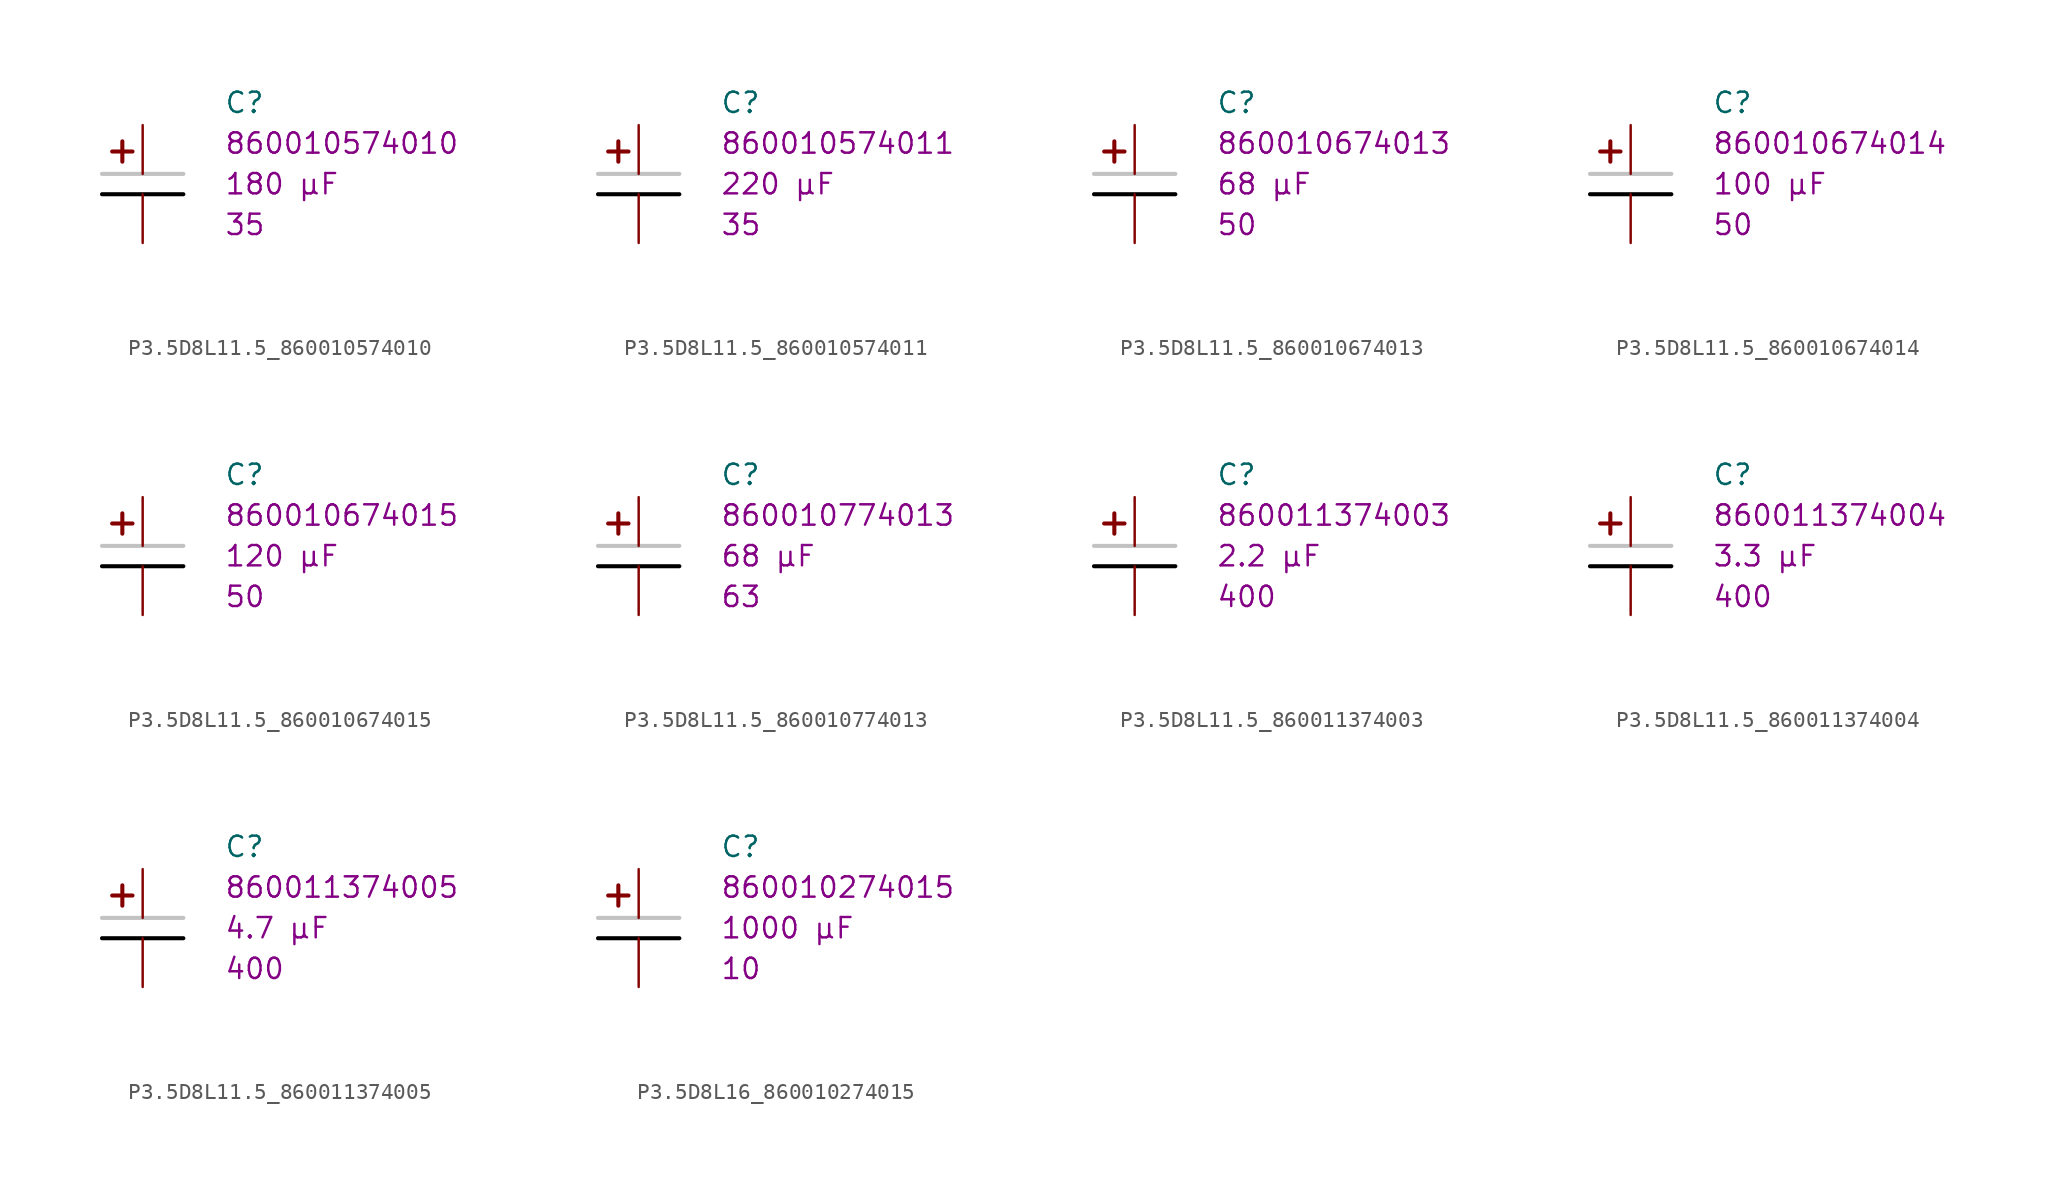
<source format=kicad_sym>
(kicad_symbol_lib
  (version 20220914)
  (generator kicad_symbol_editor)
  (symbol "P3.5D8L11.5_860010574010"
    (pin_numbers hide)
    (pin_names hide)
    (property "Reference" "C"
      (at 5.08 5.08 0)
      (effects (font (size 1.27 1.27)) (justify left)))
    (property "Part Number" "860010574010"
      (at 5.08 2.54 0)
      (effects (font (size 1.27 1.27)) (justify left)))
    (property "Capacitance" "180 µF"
      (at 5.08 0 0)
      (effects (font (size 1.27 1.27)) (justify left)))
    (property "Voltage" "35"
      (at 5.08 -2.54 0)
      (effects (font (size 1.27 1.27)) (justify left)))
    (property "Critical Parameter" ""
      (at 0 -7.62 0)
      (effects (font (size 1.27 1.27))))
    (symbol "P3.5D8L11.5_860010574010_1_1"
      (polyline (pts (xy -1.27 2.667) (xy -1.27 1.397)) (stroke (width 0.254) (type default)) (fill (type none)))
      (polyline (pts (xy -0.635 2.032) (xy -1.905 2.032)) (stroke (width 0.254) (type default)) (fill (type none)))
      (polyline (pts (xy 2.54 -0.635) (xy -2.54 -0.635)) (stroke (width 0.254) (type default) (color 0 0 0 1)) (fill (type none)))
      (polyline (pts (xy 2.54 0.635) (xy -2.54 0.635)) (stroke (width 0.254) (type default) (color 194 194 194 1)) (fill (type none)))
      (pin passive line (at 0 3.679 270) (length 3.044) (name "1" (effects (font (size 1.27 1.27)))) (number "1" (effects (font (size 1.27 1.27)))))
      (pin passive line (at 0 -3.679 90) (length 3.044) (name "2" (effects (font (size 1.27 1.27)))) (number "2" (effects (font (size 1.27 1.27)))))))
  (symbol "P3.5D8L11.5_860010574011"
    (pin_numbers hide)
    (pin_names hide)
    (property "Reference" "C"
      (at 5.08 5.08 0)
      (effects (font (size 1.27 1.27)) (justify left)))
    (property "Part Number" "860010574011"
      (at 5.08 2.54 0)
      (effects (font (size 1.27 1.27)) (justify left)))
    (property "Capacitance" "220 µF"
      (at 5.08 0 0)
      (effects (font (size 1.27 1.27)) (justify left)))
    (property "Voltage" "35"
      (at 5.08 -2.54 0)
      (effects (font (size 1.27 1.27)) (justify left)))
    (property "Critical Parameter" ""
      (at 0 -7.62 0)
      (effects (font (size 1.27 1.27))))
    (symbol "P3.5D8L11.5_860010574011_1_1"
      (polyline (pts (xy -1.27 2.667) (xy -1.27 1.397)) (stroke (width 0.254) (type default)) (fill (type none)))
      (polyline (pts (xy -0.635 2.032) (xy -1.905 2.032)) (stroke (width 0.254) (type default)) (fill (type none)))
      (polyline (pts (xy 2.54 -0.635) (xy -2.54 -0.635)) (stroke (width 0.254) (type default) (color 0 0 0 1)) (fill (type none)))
      (polyline (pts (xy 2.54 0.635) (xy -2.54 0.635)) (stroke (width 0.254) (type default) (color 194 194 194 1)) (fill (type none)))
      (pin passive line (at 0 3.679 270) (length 3.044) (name "1" (effects (font (size 1.27 1.27)))) (number "1" (effects (font (size 1.27 1.27)))))
      (pin passive line (at 0 -3.679 90) (length 3.044) (name "2" (effects (font (size 1.27 1.27)))) (number "2" (effects (font (size 1.27 1.27)))))))
  (symbol "P3.5D8L11.5_860010674013"
    (pin_numbers hide)
    (pin_names hide)
    (property "Reference" "C"
      (at 5.08 5.08 0)
      (effects (font (size 1.27 1.27)) (justify left)))
    (property "Part Number" "860010674013"
      (at 5.08 2.54 0)
      (effects (font (size 1.27 1.27)) (justify left)))
    (property "Capacitance" "68 µF"
      (at 5.08 0 0)
      (effects (font (size 1.27 1.27)) (justify left)))
    (property "Voltage" "50"
      (at 5.08 -2.54 0)
      (effects (font (size 1.27 1.27)) (justify left)))
    (property "Critical Parameter" ""
      (at 0 -7.62 0)
      (effects (font (size 1.27 1.27))))
    (symbol "P3.5D8L11.5_860010674013_1_1"
      (polyline (pts (xy -1.27 2.667) (xy -1.27 1.397)) (stroke (width 0.254) (type default)) (fill (type none)))
      (polyline (pts (xy -0.635 2.032) (xy -1.905 2.032)) (stroke (width 0.254) (type default)) (fill (type none)))
      (polyline (pts (xy 2.54 -0.635) (xy -2.54 -0.635)) (stroke (width 0.254) (type default) (color 0 0 0 1)) (fill (type none)))
      (polyline (pts (xy 2.54 0.635) (xy -2.54 0.635)) (stroke (width 0.254) (type default) (color 194 194 194 1)) (fill (type none)))
      (pin passive line (at 0 3.679 270) (length 3.044) (name "1" (effects (font (size 1.27 1.27)))) (number "1" (effects (font (size 1.27 1.27)))))
      (pin passive line (at 0 -3.679 90) (length 3.044) (name "2" (effects (font (size 1.27 1.27)))) (number "2" (effects (font (size 1.27 1.27)))))))
  (symbol "P3.5D8L11.5_860010674014"
    (pin_numbers hide)
    (pin_names hide)
    (property "Reference" "C"
      (at 5.08 5.08 0)
      (effects (font (size 1.27 1.27)) (justify left)))
    (property "Part Number" "860010674014"
      (at 5.08 2.54 0)
      (effects (font (size 1.27 1.27)) (justify left)))
    (property "Capacitance" "100 µF"
      (at 5.08 0 0)
      (effects (font (size 1.27 1.27)) (justify left)))
    (property "Voltage" "50"
      (at 5.08 -2.54 0)
      (effects (font (size 1.27 1.27)) (justify left)))
    (property "Critical Parameter" ""
      (at 0 -7.62 0)
      (effects (font (size 1.27 1.27))))
    (symbol "P3.5D8L11.5_860010674014_1_1"
      (polyline (pts (xy -1.27 2.667) (xy -1.27 1.397)) (stroke (width 0.254) (type default)) (fill (type none)))
      (polyline (pts (xy -0.635 2.032) (xy -1.905 2.032)) (stroke (width 0.254) (type default)) (fill (type none)))
      (polyline (pts (xy 2.54 -0.635) (xy -2.54 -0.635)) (stroke (width 0.254) (type default) (color 0 0 0 1)) (fill (type none)))
      (polyline (pts (xy 2.54 0.635) (xy -2.54 0.635)) (stroke (width 0.254) (type default) (color 194 194 194 1)) (fill (type none)))
      (pin passive line (at 0 3.679 270) (length 3.044) (name "1" (effects (font (size 1.27 1.27)))) (number "1" (effects (font (size 1.27 1.27)))))
      (pin passive line (at 0 -3.679 90) (length 3.044) (name "2" (effects (font (size 1.27 1.27)))) (number "2" (effects (font (size 1.27 1.27)))))))
  (symbol "P3.5D8L11.5_860010674015"
    (pin_numbers hide)
    (pin_names hide)
    (property "Reference" "C"
      (at 5.08 5.08 0)
      (effects (font (size 1.27 1.27)) (justify left)))
    (property "Part Number" "860010674015"
      (at 5.08 2.54 0)
      (effects (font (size 1.27 1.27)) (justify left)))
    (property "Capacitance" "120 µF"
      (at 5.08 0 0)
      (effects (font (size 1.27 1.27)) (justify left)))
    (property "Voltage" "50"
      (at 5.08 -2.54 0)
      (effects (font (size 1.27 1.27)) (justify left)))
    (property "Critical Parameter" ""
      (at 0 -7.62 0)
      (effects (font (size 1.27 1.27))))
    (symbol "P3.5D8L11.5_860010674015_1_1"
      (polyline (pts (xy -1.27 2.667) (xy -1.27 1.397)) (stroke (width 0.254) (type default)) (fill (type none)))
      (polyline (pts (xy -0.635 2.032) (xy -1.905 2.032)) (stroke (width 0.254) (type default)) (fill (type none)))
      (polyline (pts (xy 2.54 -0.635) (xy -2.54 -0.635)) (stroke (width 0.254) (type default) (color 0 0 0 1)) (fill (type none)))
      (polyline (pts (xy 2.54 0.635) (xy -2.54 0.635)) (stroke (width 0.254) (type default) (color 194 194 194 1)) (fill (type none)))
      (pin passive line (at 0 3.679 270) (length 3.044) (name "1" (effects (font (size 1.27 1.27)))) (number "1" (effects (font (size 1.27 1.27)))))
      (pin passive line (at 0 -3.679 90) (length 3.044) (name "2" (effects (font (size 1.27 1.27)))) (number "2" (effects (font (size 1.27 1.27)))))))
  (symbol "P3.5D8L11.5_860010774013"
    (pin_numbers hide)
    (pin_names hide)
    (property "Reference" "C"
      (at 5.08 5.08 0)
      (effects (font (size 1.27 1.27)) (justify left)))
    (property "Part Number" "860010774013"
      (at 5.08 2.54 0)
      (effects (font (size 1.27 1.27)) (justify left)))
    (property "Capacitance" "68 µF"
      (at 5.08 0 0)
      (effects (font (size 1.27 1.27)) (justify left)))
    (property "Voltage" "63"
      (at 5.08 -2.54 0)
      (effects (font (size 1.27 1.27)) (justify left)))
    (property "Critical Parameter" ""
      (at 0 -7.62 0)
      (effects (font (size 1.27 1.27))))
    (symbol "P3.5D8L11.5_860010774013_1_1"
      (polyline (pts (xy -1.27 2.667) (xy -1.27 1.397)) (stroke (width 0.254) (type default)) (fill (type none)))
      (polyline (pts (xy -0.635 2.032) (xy -1.905 2.032)) (stroke (width 0.254) (type default)) (fill (type none)))
      (polyline (pts (xy 2.54 -0.635) (xy -2.54 -0.635)) (stroke (width 0.254) (type default) (color 0 0 0 1)) (fill (type none)))
      (polyline (pts (xy 2.54 0.635) (xy -2.54 0.635)) (stroke (width 0.254) (type default) (color 194 194 194 1)) (fill (type none)))
      (pin passive line (at 0 3.679 270) (length 3.044) (name "1" (effects (font (size 1.27 1.27)))) (number "1" (effects (font (size 1.27 1.27)))))
      (pin passive line (at 0 -3.679 90) (length 3.044) (name "2" (effects (font (size 1.27 1.27)))) (number "2" (effects (font (size 1.27 1.27)))))))
  (symbol "P3.5D8L11.5_860011374003"
    (pin_numbers hide)
    (pin_names hide)
    (property "Reference" "C"
      (at 5.08 5.08 0)
      (effects (font (size 1.27 1.27)) (justify left)))
    (property "Part Number" "860011374003"
      (at 5.08 2.54 0)
      (effects (font (size 1.27 1.27)) (justify left)))
    (property "Capacitance" "2.2 µF"
      (at 5.08 0 0)
      (effects (font (size 1.27 1.27)) (justify left)))
    (property "Voltage" "400"
      (at 5.08 -2.54 0)
      (effects (font (size 1.27 1.27)) (justify left)))
    (property "Critical Parameter" ""
      (at 0 -7.62 0)
      (effects (font (size 1.27 1.27))))
    (symbol "P3.5D8L11.5_860011374003_1_1"
      (polyline (pts (xy -1.27 2.667) (xy -1.27 1.397)) (stroke (width 0.254) (type default)) (fill (type none)))
      (polyline (pts (xy -0.635 2.032) (xy -1.905 2.032)) (stroke (width 0.254) (type default)) (fill (type none)))
      (polyline (pts (xy 2.54 -0.635) (xy -2.54 -0.635)) (stroke (width 0.254) (type default) (color 0 0 0 1)) (fill (type none)))
      (polyline (pts (xy 2.54 0.635) (xy -2.54 0.635)) (stroke (width 0.254) (type default) (color 194 194 194 1)) (fill (type none)))
      (pin passive line (at 0 3.679 270) (length 3.044) (name "1" (effects (font (size 1.27 1.27)))) (number "1" (effects (font (size 1.27 1.27)))))
      (pin passive line (at 0 -3.679 90) (length 3.044) (name "2" (effects (font (size 1.27 1.27)))) (number "2" (effects (font (size 1.27 1.27)))))))
  (symbol "P3.5D8L11.5_860011374004"
    (pin_numbers hide)
    (pin_names hide)
    (property "Reference" "C"
      (at 5.08 5.08 0)
      (effects (font (size 1.27 1.27)) (justify left)))
    (property "Part Number" "860011374004"
      (at 5.08 2.54 0)
      (effects (font (size 1.27 1.27)) (justify left)))
    (property "Capacitance" "3.3 µF"
      (at 5.08 0 0)
      (effects (font (size 1.27 1.27)) (justify left)))
    (property "Voltage" "400"
      (at 5.08 -2.54 0)
      (effects (font (size 1.27 1.27)) (justify left)))
    (property "Critical Parameter" ""
      (at 0 -7.62 0)
      (effects (font (size 1.27 1.27))))
    (symbol "P3.5D8L11.5_860011374004_1_1"
      (polyline (pts (xy -1.27 2.667) (xy -1.27 1.397)) (stroke (width 0.254) (type default)) (fill (type none)))
      (polyline (pts (xy -0.635 2.032) (xy -1.905 2.032)) (stroke (width 0.254) (type default)) (fill (type none)))
      (polyline (pts (xy 2.54 -0.635) (xy -2.54 -0.635)) (stroke (width 0.254) (type default) (color 0 0 0 1)) (fill (type none)))
      (polyline (pts (xy 2.54 0.635) (xy -2.54 0.635)) (stroke (width 0.254) (type default) (color 194 194 194 1)) (fill (type none)))
      (pin passive line (at 0 3.679 270) (length 3.044) (name "1" (effects (font (size 1.27 1.27)))) (number "1" (effects (font (size 1.27 1.27)))))
      (pin passive line (at 0 -3.679 90) (length 3.044) (name "2" (effects (font (size 1.27 1.27)))) (number "2" (effects (font (size 1.27 1.27)))))))
  (symbol "P3.5D8L11.5_860011374005"
    (pin_numbers hide)
    (pin_names hide)
    (property "Reference" "C"
      (at 5.08 5.08 0)
      (effects (font (size 1.27 1.27)) (justify left)))
    (property "Part Number" "860011374005"
      (at 5.08 2.54 0)
      (effects (font (size 1.27 1.27)) (justify left)))
    (property "Capacitance" "4.7 µF"
      (at 5.08 0 0)
      (effects (font (size 1.27 1.27)) (justify left)))
    (property "Voltage" "400"
      (at 5.08 -2.54 0)
      (effects (font (size 1.27 1.27)) (justify left)))
    (property "Critical Parameter" ""
      (at 0 -7.62 0)
      (effects (font (size 1.27 1.27))))
    (symbol "P3.5D8L11.5_860011374005_1_1"
      (polyline (pts (xy -1.27 2.667) (xy -1.27 1.397)) (stroke (width 0.254) (type default)) (fill (type none)))
      (polyline (pts (xy -0.635 2.032) (xy -1.905 2.032)) (stroke (width 0.254) (type default)) (fill (type none)))
      (polyline (pts (xy 2.54 -0.635) (xy -2.54 -0.635)) (stroke (width 0.254) (type default) (color 0 0 0 1)) (fill (type none)))
      (polyline (pts (xy 2.54 0.635) (xy -2.54 0.635)) (stroke (width 0.254) (type default) (color 194 194 194 1)) (fill (type none)))
      (pin passive line (at 0 3.679 270) (length 3.044) (name "1" (effects (font (size 1.27 1.27)))) (number "1" (effects (font (size 1.27 1.27)))))
      (pin passive line (at 0 -3.679 90) (length 3.044) (name "2" (effects (font (size 1.27 1.27)))) (number "2" (effects (font (size 1.27 1.27)))))))
  (symbol "P3.5D8L16_860010274015"
    (pin_numbers hide)
    (pin_names hide)
    (property "Reference" "C"
      (at 5.08 5.08 0)
      (effects (font (size 1.27 1.27)) (justify left)))
    (property "Part Number" "860010274015"
      (at 5.08 2.54 0)
      (effects (font (size 1.27 1.27)) (justify left)))
    (property "Capacitance" "1000 µF"
      (at 5.08 0 0)
      (effects (font (size 1.27 1.27)) (justify left)))
    (property "Voltage" "10"
      (at 5.08 -2.54 0)
      (effects (font (size 1.27 1.27)) (justify left)))
    (property "Critical Parameter" ""
      (at 0 -7.62 0)
      (effects (font (size 1.27 1.27))))
    (symbol "P3.5D8L16_860010274015_1_1"
      (polyline (pts (xy -1.27 2.667) (xy -1.27 1.397)) (stroke (width 0.254) (type default)) (fill (type none)))
      (polyline (pts (xy -0.635 2.032) (xy -1.905 2.032)) (stroke (width 0.254) (type default)) (fill (type none)))
      (polyline (pts (xy 2.54 -0.635) (xy -2.54 -0.635)) (stroke (width 0.254) (type default) (color 0 0 0 1)) (fill (type none)))
      (polyline (pts (xy 2.54 0.635) (xy -2.54 0.635)) (stroke (width 0.254) (type default) (color 194 194 194 1)) (fill (type none)))
      (pin passive line (at 0 3.679 270) (length 3.044) (name "1" (effects (font (size 1.27 1.27)))) (number "1" (effects (font (size 1.27 1.27)))))
      (pin passive line (at 0 -3.679 90) (length 3.044) (name "2" (effects (font (size 1.27 1.27)))) (number "2" (effects (font (size 1.27 1.27))))))))
</source>
